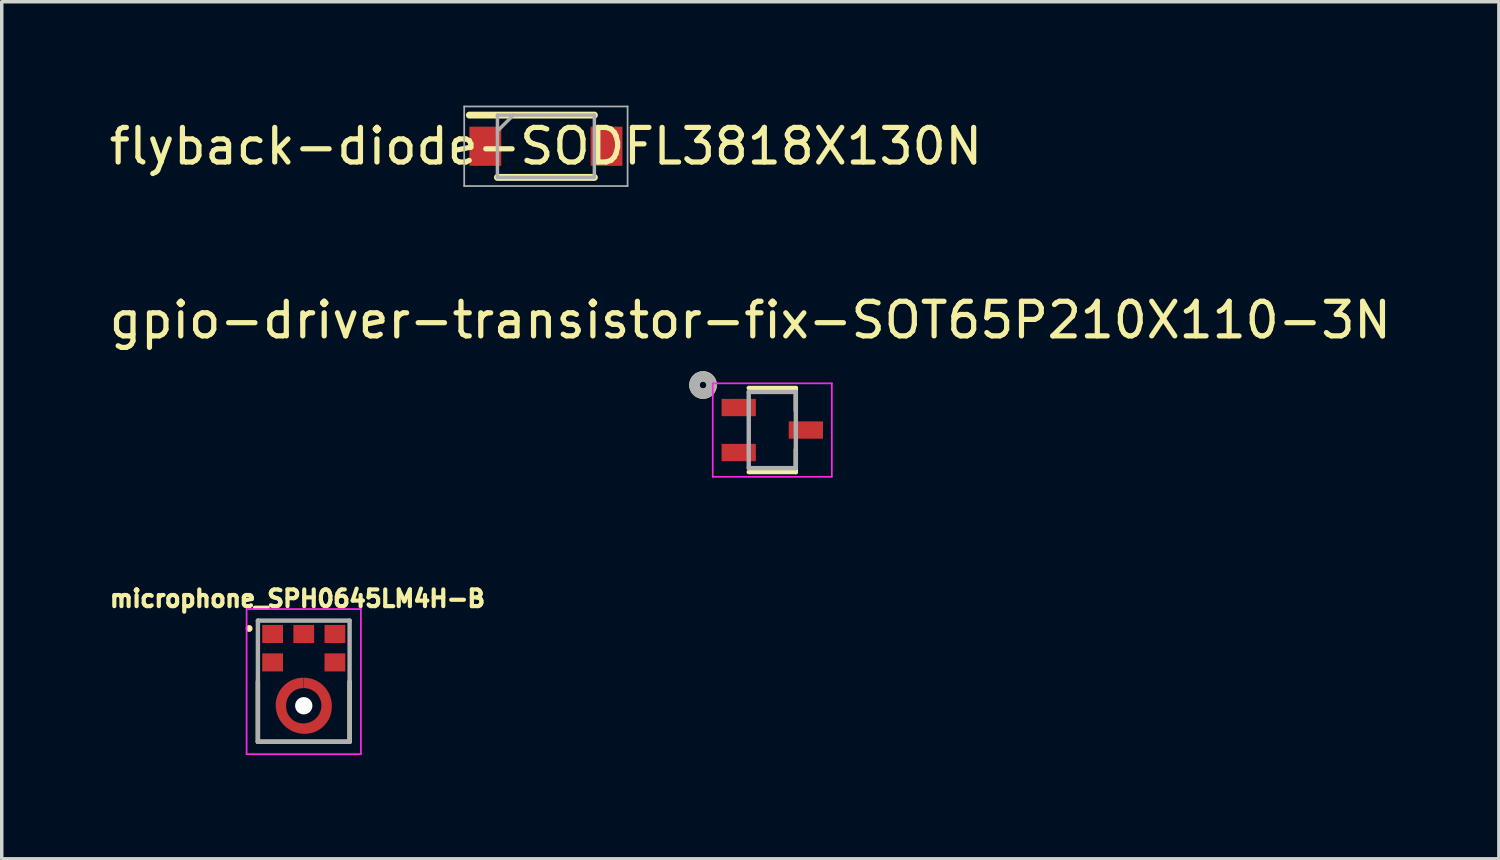
<source format=kicad_pcb>
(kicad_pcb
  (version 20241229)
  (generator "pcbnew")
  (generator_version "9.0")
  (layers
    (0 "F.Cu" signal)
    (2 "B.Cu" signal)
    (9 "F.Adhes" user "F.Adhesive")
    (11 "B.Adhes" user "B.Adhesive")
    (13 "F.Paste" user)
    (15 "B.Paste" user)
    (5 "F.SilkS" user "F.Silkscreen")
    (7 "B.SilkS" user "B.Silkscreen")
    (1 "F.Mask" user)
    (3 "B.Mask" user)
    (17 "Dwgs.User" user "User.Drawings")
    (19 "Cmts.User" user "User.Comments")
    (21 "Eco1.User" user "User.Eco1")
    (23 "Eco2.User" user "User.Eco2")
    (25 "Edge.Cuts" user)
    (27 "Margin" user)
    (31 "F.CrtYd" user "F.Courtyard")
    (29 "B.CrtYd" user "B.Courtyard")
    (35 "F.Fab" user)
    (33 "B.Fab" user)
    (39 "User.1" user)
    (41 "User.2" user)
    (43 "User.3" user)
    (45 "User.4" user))
  (footprint "gpio-driver-transistor-fix-SOT65P210X110-3N"
    (layer "F.Cu")
    (at 19.26 9.373)
    (property "Reference" "gpio-driver-transistor-fix-SOT65P210X110-3N" (at -0.635 -3.175 0) (layer "F.SilkS") (effects (font (size 1 1) (thickness 0.15))))
    (attr smd)
    (fp_line (start -0.68 -1.214) (end 0.68 -1.214) (stroke (width 0.127) (type solid)) (layer "F.SilkS"))
    (fp_line (start 0.68 -1.214) (end 0.68 -0.565) (stroke (width 0.127) (type solid)) (layer "F.SilkS"))
    (fp_line (start 0.68 0.565) (end 0.68 1.214) (stroke (width 0.127) (type solid)) (layer "F.SilkS"))
    (fp_line (start 0.68 1.214) (end -0.68 1.214) (stroke (width 0.127) (type solid)) (layer "F.SilkS"))
    (fp_circle (center -2 -1.3) (end -1.9 -1.3) (stroke (width 0.3) (type solid)) (fill no) (layer "F.SilkS"))
    (fp_line (start -1.72 -1.35) (end -1.72 1.35) (stroke (width 0.05) (type solid)) (layer "F.CrtYd"))
    (fp_line (start -1.72 1.35) (end 1.72 1.35) (stroke (width 0.05) (type solid)) (layer "F.CrtYd"))
    (fp_line (start 1.72 -1.35) (end -1.72 -1.35) (stroke (width 0.05) (type solid)) (layer "F.CrtYd"))
    (fp_line (start 1.72 1.35) (end 1.72 -1.35) (stroke (width 0.05) (type solid)) (layer "F.CrtYd"))
    (fp_line (start -0.68 -1.1) (end -0.68 1.1) (stroke (width 0.127) (type solid)) (layer "F.Fab"))
    (fp_line (start -0.68 1.1) (end 0.68 1.1) (stroke (width 0.127) (type solid)) (layer "F.Fab"))
    (fp_line (start 0.68 -1.1) (end -0.68 -1.1) (stroke (width 0.127) (type solid)) (layer "F.Fab"))
    (fp_line (start 0.68 1.1) (end 0.68 -1.1) (stroke (width 0.127) (type solid)) (layer "F.Fab"))
    (fp_circle (center -2 -1.3) (end -1.9 -1.3) (stroke (width 0.3) (type solid)) (fill no) (layer "F.Fab"))
    (pad "1" smd rect (at -0.97 -0.65) (size 0.99 0.5) (layers "F.Cu" "F.Mask" "F.Paste"))
    (pad "2" smd rect (at -0.97 0.65) (size 0.99 0.5) (layers "F.Cu" "F.Mask" "F.Paste"))
    (pad "3" smd rect (at 0.97 0) (size 0.99 0.5) (layers "F.Cu" "F.Mask" "F.Paste")))
  (footprint "flyback-diode-SODFL3818X130N"
    (layer "F.Cu")
    (at 12.72 1.175)
    (property "Reference" "flyback-diode-SODFL3818X130N" (at 0 0 0) (layer "F.SilkS") (effects (font (size 1 1) (thickness 0.15))))
    (attr smd)
    (fp_line (start -2.21 -0.9) (end 1.4 -0.9) (stroke (width 0.2) (type solid)) (layer "F.SilkS"))
    (fp_line (start -1.4 0.9) (end 1.4 0.9) (stroke (width 0.2) (type solid)) (layer "F.SilkS"))
    (fp_line (start -2.36 -1.15) (end 2.36 -1.15) (stroke (width 0.05) (type solid)) (layer "F.Fab"))
    (fp_line (start -2.36 1.15) (end -2.36 -1.15) (stroke (width 0.05) (type solid)) (layer "F.Fab"))
    (fp_line (start -1.4 -0.9) (end 1.4 -0.9) (stroke (width 0.1) (type solid)) (layer "F.Fab"))
    (fp_line (start -1.4 -0.44) (end -0.94 -0.9) (stroke (width 0.1) (type solid)) (layer "F.Fab"))
    (fp_line (start -1.4 0.9) (end -1.4 -0.9) (stroke (width 0.1) (type solid)) (layer "F.Fab"))
    (fp_line (start 1.4 -0.9) (end 1.4 0.9) (stroke (width 0.1) (type solid)) (layer "F.Fab"))
    (fp_line (start 1.4 0.9) (end -1.4 0.9) (stroke (width 0.1) (type solid)) (layer "F.Fab"))
    (fp_line (start 2.36 -1.15) (end 2.36 1.15) (stroke (width 0.05) (type solid)) (layer "F.Fab"))
    (fp_line (start 2.36 1.15) (end -2.36 1.15) (stroke (width 0.05) (type solid)) (layer "F.Fab"))
    (pad "1" smd rect (at -1.75 0) (size 0.92 1.13) (layers "F.Cu" "F.Mask" "F.Paste"))
    (pad "2" smd rect (at 1.75 0) (size 0.92 1.13) (layers "F.Cu" "F.Mask" "F.Paste")))
  (footprint "microphone_SPH0645LM4H-B"
    (layer "F.Cu")
    (at 5.725 17.338)
    (property "Reference" "microphone_SPH0645LM4H-B" (at -0.182 -3.095 0) (layer "F.SilkS") (effects (font (size 0.482 0.482) (thickness 0.15))))
    (attr smd)
    (fp_circle (center 0 0) (end 0.456 0) (stroke (width 0.912) (type solid)) (fill no) (layer "F.Mask"))
    (fp_line (start -1.325 1.04) (end -1.325 -0.7) (stroke (width 0.127) (type solid)) (layer "F.SilkS"))
    (fp_line (start 1.325 -0.7) (end 1.325 1.04) (stroke (width 0.127) (type solid)) (layer "F.SilkS"))
    (fp_line (start 1.325 1.04) (end -1.325 1.04) (stroke (width 0.127) (type solid)) (layer "F.SilkS"))
    (fp_circle (center -1.578 -2.232) (end -1.528 -2.232) (stroke (width 0.1) (type solid)) (fill no) (layer "F.SilkS"))
    (fp_poly (pts (xy 0.38 0.53) (xy 0.28 0.425) (xy 0.23 0.46) (xy 0.12 0.5) (xy 0 0.514) (xy -0.12 0.5) (xy -0.225 0.462) (xy -0.288 0.426) (xy -0.385 0.525) (xy -0.5 0.64) (xy -0.405 0.705) (xy -0.31 0.75) (xy -0.22 0.78) (xy -0.14 0.8) (xy 0 0.81) (xy 0.16 0.796) (xy 0.31 0.75) (xy 0.425 0.69) (xy 0.495 0.645)) (stroke (width 0.001) (type solid)) (fill yes) (layer "F.Paste"))
    (fp_poly (pts (xy -0.375 -0.53) (xy -0.28 -0.435) (xy -0.23 -0.46) (xy -0.175 -0.485) (xy -0.12 -0.5) (xy -0.06 -0.51) (xy 0 -0.514) (xy 0.12 -0.5) (xy 0.225 -0.462) (xy 0.283 -0.426) (xy 0.385 -0.525) (xy 0.5 -0.64) (xy 0.41 -0.7) (xy 0.31 -0.75) (xy 0.23 -0.78) (xy 0.14 -0.8) (xy 0 -0.81) (xy -0.16 -0.796) (xy -0.31 -0.75) (xy -0.415 -0.7) (xy -0.49 -0.645)) (stroke (width 0.001) (type solid)) (fill yes) (layer "F.Paste"))
    (fp_poly (pts (xy 0.53 -0.385) (xy 0.425 -0.28) (xy 0.46 -0.23) (xy 0.5 -0.12) (xy 0.514 0) (xy 0.5 0.12) (xy 0.462 0.225) (xy 0.421 0.283) (xy 0.52 0.38) (xy 0.64 0.5) (xy 0.705 0.405) (xy 0.75 0.31) (xy 0.78 0.23) (xy 0.8 0.14) (xy 0.81 0.06) (xy 0.81 -0.065) (xy 0.796 -0.16) (xy 0.78 -0.235) (xy 0.75 -0.31) (xy 0.705 -0.405) (xy 0.64 -0.5)) (stroke (width 0.001) (type solid)) (fill yes) (layer "F.Paste"))
    (fp_poly (pts (xy -0.53 0.385) (xy -0.43 0.285) (xy -0.465 0.23) (xy -0.505 0.12) (xy -0.51 0.12) (xy -0.505 0.11) (xy -0.52 0.005) (xy -0.524 -0.005) (xy -0.52 -0.005) (xy -0.505 -0.125) (xy -0.462 -0.225) (xy -0.426 -0.293) (xy -0.525 -0.39) (xy -0.635 -0.505) (xy -0.7 -0.41) (xy -0.75 -0.31) (xy -0.78 -0.22) (xy -0.8 -0.14) (xy -0.81 0) (xy -0.796 0.16) (xy -0.75 0.31) (xy -0.705 0.4) (xy -0.64 0.5)) (stroke (width 0.001) (type solid)) (fill yes) (layer "F.Paste"))
    (fp_line (start -1.651 -2.794) (end 1.651 -2.794) (stroke (width 0.05) (type solid)) (layer "F.CrtYd"))
    (fp_line (start -1.651 1.397) (end -1.651 -2.794) (stroke (width 0.05) (type solid)) (layer "F.CrtYd"))
    (fp_line (start 1.651 -2.794) (end 1.651 1.397) (stroke (width 0.05) (type solid)) (layer "F.CrtYd"))
    (fp_line (start 1.651 1.397) (end -1.651 1.397) (stroke (width 0.05) (type solid)) (layer "F.CrtYd"))
    (fp_line (start -1.325 -2.46) (end 1.325 -2.46) (stroke (width 0.127) (type solid)) (layer "F.Fab"))
    (fp_line (start -1.325 1.04) (end -1.325 -2.46) (stroke (width 0.127) (type solid)) (layer "F.Fab"))
    (fp_line (start 1.325 -2.46) (end 1.325 1.04) (stroke (width 0.127) (type solid)) (layer "F.Fab"))
    (fp_line (start 1.325 1.04) (end -1.325 1.04) (stroke (width 0.127) (type solid)) (layer "F.Fab"))
    (pad "" np_thru_hole circle (at 0 0) (size 0.5 0.5) (drill 0.5) (layers "*.Cu" "*.Mask"))
    (pad "1" smd rect (at -0.9 -2.074) (size 0.6 0.522) (layers "F.Cu" "F.Mask" "F.Paste"))
    (pad "2" smd rect (at -0.9 -1.252) (size 0.6 0.522) (layers "F.Cu" "F.Mask" "F.Paste"))
    (pad "3" smd custom (at 0.65 -0.02) (size 0.1 0.1) (layers "F.Cu") (options (anchor rect)) (primitives (gr_poly (pts (xy -0.66 -0.49) (xy -0.66 -0.79) (xy -0.707 -0.789) (xy -0.748 -0.786) (xy -0.789 -0.78) (xy -0.83 -0.773) (xy -0.871 -0.763) (xy -0.911 -0.751) (xy -0.95 -0.737) (xy -0.988 -0.721) (xy -1.026 -0.703) (xy -1.063 -0.684) (xy -1.098 -0.662) (xy -1.132 -0.638) (xy -1.165 -0.613) (xy -1.197 -0.586) (xy -1.227 -0.557) (xy -1.256 -0.527) (xy -1.283 -0.495) (xy -1.308 -0.462) (xy -1.332 -0.428) (xy -1.354 -0.393) (xy -1.373 -0.356) (xy -1.391 -0.318) (xy -1.407 -0.28) (xy -1.421 -0.241) (xy -1.433 -0.201) (xy -1.443 -0.16) (xy -1.45 -0.119) (xy -1.456 -0.078) (xy -1.459 -0.037) (xy -1.46 0) (xy -1.459 0.043) (xy -1.455 0.087) (xy -1.45 0.13) (xy -1.442 0.173) (xy -1.432 0.215) (xy -1.419 0.256) (xy -1.405 0.297) (xy -1.388 0.338) (xy -1.37 0.377) (xy -1.349 0.415) (xy -1.326 0.452) (xy -1.301 0.488) (xy -1.275 0.522) (xy -1.247 0.555) (xy -1.217 0.587) (xy -1.185 0.617) (xy -1.152 0.645) (xy -1.118 0.671) (xy -1.082 0.696) (xy -1.045 0.719) (xy -1.007 0.74) (xy -0.968 0.758) (xy -0.927 0.775) (xy -0.886 0.789) (xy -0.845 0.802) (xy -0.803 0.812) (xy -0.76 0.82) (xy -0.717 0.825) (xy -0.673 0.829) (xy -0.63 0.83) (xy -0.62 0.83) (xy -0.579 0.829) (xy -0.538 0.826) (xy -0.498 0.82) (xy -0.458 0.813) (xy -0.418 0.803) (xy -0.379 0.792) (xy -0.34 0.778) (xy -0.303 0.763) (xy -0.266 0.745) (xy -0.23 0.725) (xy -0.195 0.704) (xy -0.162 0.681) (xy -0.129 0.656) (xy -0.098 0.63) (xy -0.068 0.602) (xy -0.04 0.572) (xy -0.014 0.541) (xy 0.011 0.508) (xy 0.034 0.475) (xy 0.055 0.44) (xy 0.075 0.404) (xy 0.093 0.367) (xy 0.108 0.33) (xy 0.122 0.291) (xy 0.133 0.252) (xy 0.143 0.212) (xy 0.15 0.172) (xy 0.156 0.132) (xy 0.159 0.091) (xy 0.16 0.05) (xy 0.16 0.02) (xy 0.159 -0.022) (xy 0.156 -0.065) (xy 0.15 -0.107) (xy 0.142 -0.148) (xy 0.132 -0.19) (xy 0.12 -0.23) (xy 0.106 -0.27) (xy 0.09 -0.309) (xy 0.072 -0.348) (xy 0.051 -0.385) (xy 0.029 -0.421) (xy 0.005 -0.456) (xy -0.021 -0.49) (xy -0.048 -0.522) (xy -0.077 -0.553) (xy -0.108 -0.582) (xy -0.14 -0.609) (xy -0.174 -0.635) (xy -0.209 -0.659) (xy -0.245 -0.681) (xy -0.282 -0.702) (xy -0.321 -0.72) (xy -0.36 -0.736) (xy -0.4 -0.75) (xy -0.44 -0.762) (xy -0.482 -0.772) (xy -0.523 -0.78) (xy -0.565 -0.786) (xy -0.608 -0.789) (xy -0.65 -0.79) (xy -0.65 -0.49) (xy -0.627 -0.49) (xy -0.601 -0.488) (xy -0.575 -0.485) (xy -0.549 -0.481) (xy -0.523 -0.475) (xy -0.497 -0.468) (xy -0.472 -0.46) (xy -0.448 -0.45) (xy -0.424 -0.439) (xy -0.4 -0.427) (xy -0.377 -0.413) (xy -0.355 -0.399) (xy -0.334 -0.383) (xy -0.314 -0.366) (xy -0.294 -0.348) (xy -0.276 -0.329) (xy -0.258 -0.31) (xy -0.242 -0.289) (xy -0.226 -0.267) (xy -0.212 -0.245) (xy -0.199 -0.222) (xy -0.187 -0.198) (xy -0.177 -0.174) (xy -0.167 -0.149) (xy -0.16 -0.124) (xy -0.153 -0.099) (xy -0.148 -0.073) (xy -0.144 -0.047) (xy -0.141 -0.02) (xy -0.14 0.01) (xy -0.141 0.037) (xy -0.143 0.064) (xy -0.146 0.091) (xy -0.151 0.118) (xy -0.158 0.145) (xy -0.165 0.171) (xy -0.175 0.196) (xy -0.185 0.222) (xy -0.197 0.246) (xy -0.21 0.27) (xy -0.224 0.293) (xy -0.239 0.316) (xy -0.256 0.337) (xy -0.274 0.358) (xy -0.292 0.378) (xy -0.312 0.396) (xy -0.333 0.414) (xy -0.354 0.431) (xy -0.377 0.446) (xy -0.4 0.46) (xy -0.424 0.473) (xy -0.448 0.485) (xy -0.474 0.495) (xy -0.499 0.505) (xy -0.525 0.512) (xy -0.552 0.519) (xy -0.579 0.524) (xy -0.606 0.527) (xy -0.633 0.529) (xy -0.66 0.53) (xy -0.67 0.53) (xy -0.696 0.529) (xy -0.721 0.527) (xy -0.747 0.524) (xy -0.772 0.519) (xy -0.797 0.513) (xy -0.821 0.506) (xy -0.846 0.497) (xy -0.869 0.488) (xy -0.892 0.477) (xy -0.915 0.464) (xy -0.937 0.451) (xy -0.958 0.436) (xy -0.978 0.421) (xy -0.998 0.404) (xy -1.016 0.386) (xy -1.034 0.368) (xy -1.051 0.348) (xy -1.066 0.328) (xy -1.081 0.307) (xy -1.094 0.285) (xy -1.107 0.262) (xy -1.118 0.239) (xy -1.127 0.216) (xy -1.136 0.191) (xy -1.143 0.167) (xy -1.149 0.142) (xy -1.154 0.117) (xy -1.157 0.091) (xy -1.159 0.066) (xy -1.16 0.04) (xy -1.16 0.01) (xy -1.159 -0.016) (xy -1.157 -0.042) (xy -1.154 -0.068) (xy -1.149 -0.094) (xy -1.143 -0.119) (xy -1.136 -0.145) (xy -1.127 -0.169) (xy -1.117 -0.193) (xy -1.106 -0.217) (xy -1.093 -0.24) (xy -1.079 -0.262) (xy -1.065 -0.284) (xy -1.049 -0.305) (xy -1.032 -0.325) (xy -1.014 -0.344) (xy -0.995 -0.362) (xy -0.975 -0.379) (xy -0.954 -0.395) (xy -0.932 -0.409) (xy -0.91 -0.423) (xy -0.887 -0.436) (xy -0.863 -0.447) (xy -0.839 -0.457) (xy -0.815 -0.466) (xy -0.789 -0.473) (xy -0.764 -0.479) (xy -0.738 -0.484) (xy -0.712 -0.487) (xy -0.686 -0.489) (xy -0.66 -0.49)) (width 0.001) (fill yes))))
    (pad "4" smd rect (at 0.9 -1.252) (size 0.6 0.522) (layers "F.Cu" "F.Mask" "F.Paste"))
    (pad "5" smd rect (at 0.9 -2.074) (size 0.6 0.522) (layers "F.Cu" "F.Mask" "F.Paste"))
    (pad "6" smd rect (at 0 -2.074) (size 0.6 0.522) (layers "F.Cu" "F.Mask" "F.Paste")))
  (gr_rect
    (start -3 -3)
    (end 40.25 21.76)
    (stroke (width 0.1) (type default))
    (fill no)
    (layer "Edge.Cuts")))
</source>
